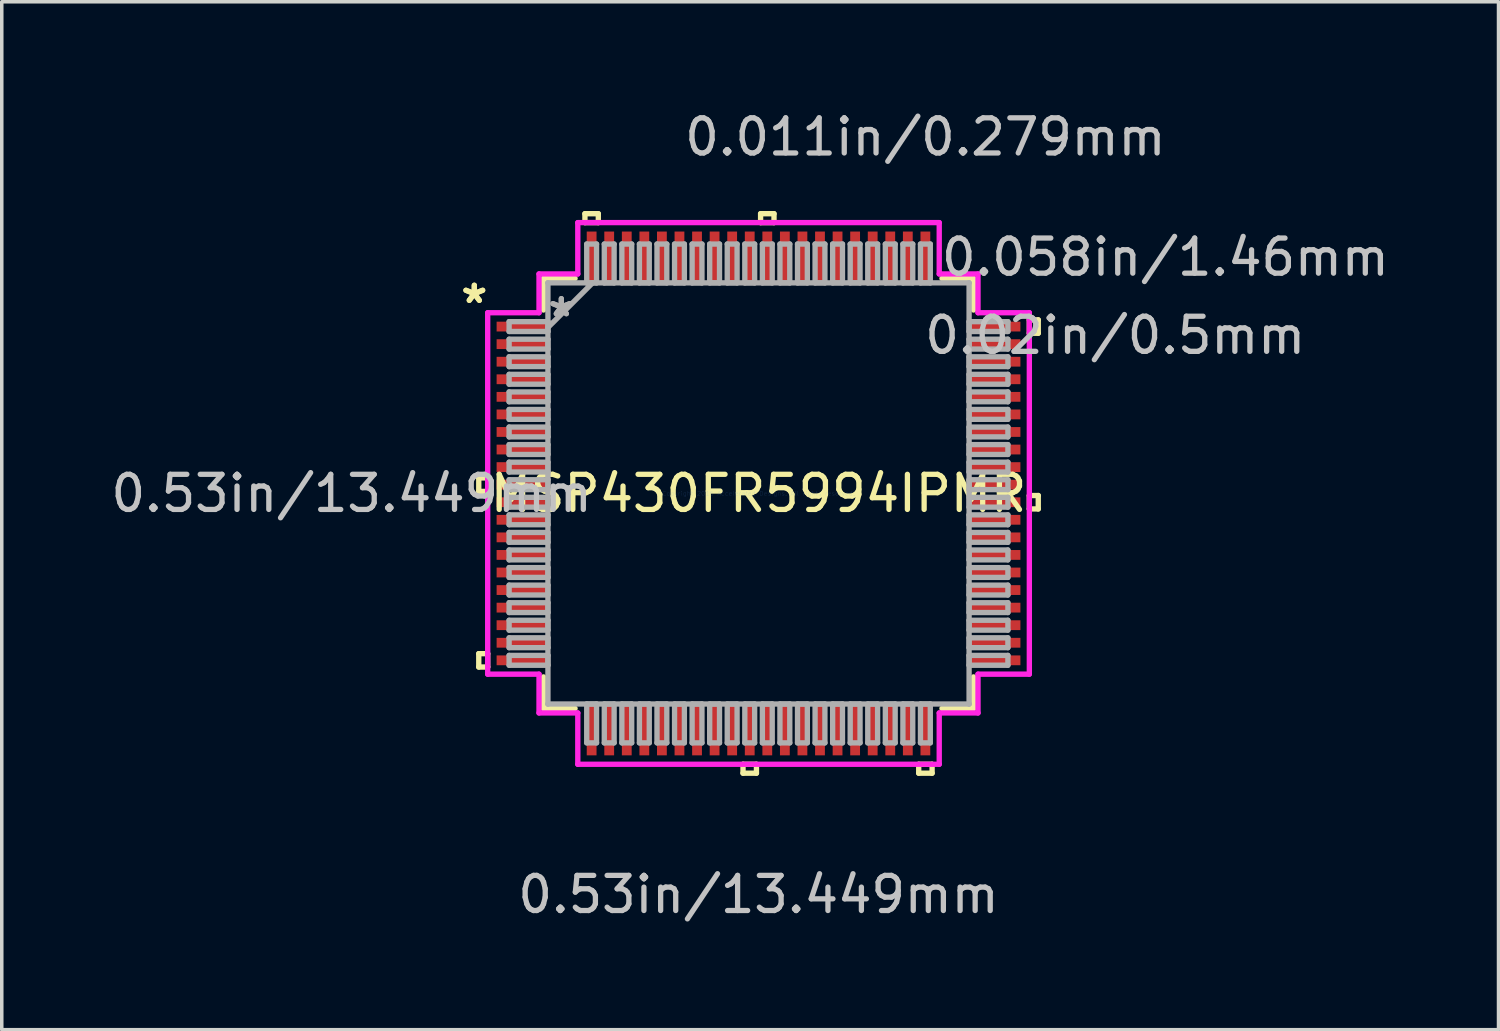
<source format=kicad_pcb>
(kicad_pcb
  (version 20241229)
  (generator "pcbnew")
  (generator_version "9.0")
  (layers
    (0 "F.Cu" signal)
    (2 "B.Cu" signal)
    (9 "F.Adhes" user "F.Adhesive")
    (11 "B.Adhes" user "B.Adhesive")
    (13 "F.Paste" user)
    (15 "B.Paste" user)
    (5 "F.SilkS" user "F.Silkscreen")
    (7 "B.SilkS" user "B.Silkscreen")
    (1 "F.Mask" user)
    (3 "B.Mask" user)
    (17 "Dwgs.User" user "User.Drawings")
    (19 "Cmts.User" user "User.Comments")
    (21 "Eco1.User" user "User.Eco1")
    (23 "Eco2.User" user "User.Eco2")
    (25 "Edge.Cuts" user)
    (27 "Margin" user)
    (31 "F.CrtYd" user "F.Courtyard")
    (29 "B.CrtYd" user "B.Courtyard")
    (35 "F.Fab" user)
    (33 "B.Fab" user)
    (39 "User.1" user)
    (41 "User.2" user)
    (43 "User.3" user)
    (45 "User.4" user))
  (footprint "MSP430FR5994IPMR"
    (layer "F.Cu")
    (at 18.541 10.996)
    (property "Reference" "MSP430FR5994IPMR" (at 0 0 0) (layer "F.SilkS") (effects (font (size 1 1) (thickness 0.15))))
    (attr through_hole)
    (fp_line (start -7.963 -0.441) (end -7.963 -0.059) (stroke (width 0.152) (type solid)) (layer "F.SilkS"))
    (fp_line (start -7.963 -0.059) (end -7.709 -0.059) (stroke (width 0.152) (type solid)) (layer "F.SilkS"))
    (fp_line (start -7.963 4.56) (end -7.963 4.941) (stroke (width 0.152) (type solid)) (layer "F.SilkS"))
    (fp_line (start -7.963 4.941) (end -7.709 4.941) (stroke (width 0.152) (type solid)) (layer "F.SilkS"))
    (fp_line (start -7.709 -0.441) (end -7.963 -0.441) (stroke (width 0.152) (type solid)) (layer "F.SilkS"))
    (fp_line (start -7.709 -0.059) (end -7.709 -0.441) (stroke (width 0.152) (type solid)) (layer "F.SilkS"))
    (fp_line (start -7.709 4.56) (end -7.963 4.56) (stroke (width 0.152) (type solid)) (layer "F.SilkS"))
    (fp_line (start -7.709 4.941) (end -7.709 4.56) (stroke (width 0.152) (type solid)) (layer "F.SilkS"))
    (fp_line (start -6.121 -6.121) (end -6.121 -5.222) (stroke (width 0.152) (type solid)) (layer "F.SilkS"))
    (fp_line (start -6.121 5.222) (end -6.121 6.121) (stroke (width 0.152) (type solid)) (layer "F.SilkS"))
    (fp_line (start -6.121 6.121) (end -5.222 6.121) (stroke (width 0.152) (type solid)) (layer "F.SilkS"))
    (fp_line (start -5.222 -6.121) (end -6.121 -6.121) (stroke (width 0.152) (type solid)) (layer "F.SilkS"))
    (fp_line (start -4.941 -7.963) (end -4.56 -7.963) (stroke (width 0.152) (type solid)) (layer "F.SilkS"))
    (fp_line (start -4.941 -7.709) (end -4.941 -7.963) (stroke (width 0.152) (type solid)) (layer "F.SilkS"))
    (fp_line (start -4.56 -7.963) (end -4.56 -7.709) (stroke (width 0.152) (type solid)) (layer "F.SilkS"))
    (fp_line (start -4.56 -7.709) (end -4.941 -7.709) (stroke (width 0.152) (type solid)) (layer "F.SilkS"))
    (fp_line (start -0.441 7.709) (end -0.441 7.963) (stroke (width 0.152) (type solid)) (layer "F.SilkS"))
    (fp_line (start -0.441 7.963) (end -0.059 7.963) (stroke (width 0.152) (type solid)) (layer "F.SilkS"))
    (fp_line (start -0.059 7.709) (end -0.441 7.709) (stroke (width 0.152) (type solid)) (layer "F.SilkS"))
    (fp_line (start -0.059 7.963) (end -0.059 7.709) (stroke (width 0.152) (type solid)) (layer "F.SilkS"))
    (fp_line (start 0.059 -7.963) (end 0.441 -7.963) (stroke (width 0.152) (type solid)) (layer "F.SilkS"))
    (fp_line (start 0.059 -7.709) (end 0.059 -7.963) (stroke (width 0.152) (type solid)) (layer "F.SilkS"))
    (fp_line (start 0.441 -7.963) (end 0.441 -7.709) (stroke (width 0.152) (type solid)) (layer "F.SilkS"))
    (fp_line (start 0.441 -7.709) (end 0.059 -7.709) (stroke (width 0.152) (type solid)) (layer "F.SilkS"))
    (fp_line (start 4.56 7.709) (end 4.56 7.963) (stroke (width 0.152) (type solid)) (layer "F.SilkS"))
    (fp_line (start 4.56 7.963) (end 4.941 7.963) (stroke (width 0.152) (type solid)) (layer "F.SilkS"))
    (fp_line (start 4.941 7.709) (end 4.56 7.709) (stroke (width 0.152) (type solid)) (layer "F.SilkS"))
    (fp_line (start 4.941 7.963) (end 4.941 7.709) (stroke (width 0.152) (type solid)) (layer "F.SilkS"))
    (fp_line (start 5.222 6.121) (end 6.121 6.121) (stroke (width 0.152) (type solid)) (layer "F.SilkS"))
    (fp_line (start 6.121 -6.121) (end 5.222 -6.121) (stroke (width 0.152) (type solid)) (layer "F.SilkS"))
    (fp_line (start 6.121 -5.222) (end 6.121 -6.121) (stroke (width 0.152) (type solid)) (layer "F.SilkS"))
    (fp_line (start 6.121 6.121) (end 6.121 5.222) (stroke (width 0.152) (type solid)) (layer "F.SilkS"))
    (fp_line (start 7.709 -4.941) (end 7.963 -4.941) (stroke (width 0.152) (type solid)) (layer "F.SilkS"))
    (fp_line (start 7.709 -4.56) (end 7.709 -4.941) (stroke (width 0.152) (type solid)) (layer "F.SilkS"))
    (fp_line (start 7.709 0.059) (end 7.963 0.059) (stroke (width 0.152) (type solid)) (layer "F.SilkS"))
    (fp_line (start 7.709 0.441) (end 7.709 0.059) (stroke (width 0.152) (type solid)) (layer "F.SilkS"))
    (fp_line (start 7.963 -4.941) (end 7.963 -4.56) (stroke (width 0.152) (type solid)) (layer "F.SilkS"))
    (fp_line (start 7.963 -4.56) (end 7.709 -4.56) (stroke (width 0.152) (type solid)) (layer "F.SilkS"))
    (fp_line (start 7.963 0.059) (end 7.963 0.441) (stroke (width 0.152) (type solid)) (layer "F.SilkS"))
    (fp_line (start 7.963 0.441) (end 7.709 0.441) (stroke (width 0.152) (type solid)) (layer "F.SilkS"))
    (fp_line (start -7.709 -5.144) (end -6.248 -5.144) (stroke (width 0.152) (type solid)) (layer "F.CrtYd"))
    (fp_line (start -7.709 5.144) (end -7.709 -5.144) (stroke (width 0.152) (type solid)) (layer "F.CrtYd"))
    (fp_line (start -6.248 -6.248) (end -5.144 -6.248) (stroke (width 0.152) (type solid)) (layer "F.CrtYd"))
    (fp_line (start -6.248 -5.144) (end -6.248 -6.248) (stroke (width 0.152) (type solid)) (layer "F.CrtYd"))
    (fp_line (start -6.248 5.144) (end -7.709 5.144) (stroke (width 0.152) (type solid)) (layer "F.CrtYd"))
    (fp_line (start -6.248 6.248) (end -6.248 5.144) (stroke (width 0.152) (type solid)) (layer "F.CrtYd"))
    (fp_line (start -5.144 -7.709) (end 5.144 -7.709) (stroke (width 0.152) (type solid)) (layer "F.CrtYd"))
    (fp_line (start -5.144 -6.248) (end -5.144 -7.709) (stroke (width 0.152) (type solid)) (layer "F.CrtYd"))
    (fp_line (start -5.144 6.248) (end -6.248 6.248) (stroke (width 0.152) (type solid)) (layer "F.CrtYd"))
    (fp_line (start -5.144 7.709) (end -5.144 6.248) (stroke (width 0.152) (type solid)) (layer "F.CrtYd"))
    (fp_line (start 5.144 -7.709) (end 5.144 -6.248) (stroke (width 0.152) (type solid)) (layer "F.CrtYd"))
    (fp_line (start 5.144 -6.248) (end 6.248 -6.248) (stroke (width 0.152) (type solid)) (layer "F.CrtYd"))
    (fp_line (start 5.144 6.248) (end 5.144 7.709) (stroke (width 0.152) (type solid)) (layer "F.CrtYd"))
    (fp_line (start 5.144 7.709) (end -5.144 7.709) (stroke (width 0.152) (type solid)) (layer "F.CrtYd"))
    (fp_line (start 6.248 -6.248) (end 6.248 -5.144) (stroke (width 0.152) (type solid)) (layer "F.CrtYd"))
    (fp_line (start 6.248 -5.144) (end 7.709 -5.144) (stroke (width 0.152) (type solid)) (layer "F.CrtYd"))
    (fp_line (start 6.248 5.144) (end 6.248 6.248) (stroke (width 0.152) (type solid)) (layer "F.CrtYd"))
    (fp_line (start 6.248 6.248) (end 5.144 6.248) (stroke (width 0.152) (type solid)) (layer "F.CrtYd"))
    (fp_line (start 7.709 -5.144) (end 7.709 5.144) (stroke (width 0.152) (type solid)) (layer "F.CrtYd"))
    (fp_line (start 7.709 5.144) (end 6.248 5.144) (stroke (width 0.152) (type solid)) (layer "F.CrtYd"))
    (fp_line (start -7.099 -4.89) (end -7.099 -4.61) (stroke (width 0.152) (type solid)) (layer "F.Fab"))
    (fp_line (start -7.099 -4.61) (end -5.994 -4.61) (stroke (width 0.152) (type solid)) (layer "F.Fab"))
    (fp_line (start -7.099 -4.39) (end -7.099 -4.11) (stroke (width 0.152) (type solid)) (layer "F.Fab"))
    (fp_line (start -7.099 -4.11) (end -5.994 -4.11) (stroke (width 0.152) (type solid)) (layer "F.Fab"))
    (fp_line (start -7.099 -3.89) (end -7.099 -3.61) (stroke (width 0.152) (type solid)) (layer "F.Fab"))
    (fp_line (start -7.099 -3.61) (end -5.994 -3.61) (stroke (width 0.152) (type solid)) (layer "F.Fab"))
    (fp_line (start -7.099 -3.39) (end -7.099 -3.11) (stroke (width 0.152) (type solid)) (layer "F.Fab"))
    (fp_line (start -7.099 -3.11) (end -5.994 -3.11) (stroke (width 0.152) (type solid)) (layer "F.Fab"))
    (fp_line (start -7.099 -2.89) (end -7.099 -2.61) (stroke (width 0.152) (type solid)) (layer "F.Fab"))
    (fp_line (start -7.099 -2.61) (end -5.994 -2.61) (stroke (width 0.152) (type solid)) (layer "F.Fab"))
    (fp_line (start -7.099 -2.39) (end -7.099 -2.11) (stroke (width 0.152) (type solid)) (layer "F.Fab"))
    (fp_line (start -7.099 -2.11) (end -5.994 -2.11) (stroke (width 0.152) (type solid)) (layer "F.Fab"))
    (fp_line (start -7.099 -1.89) (end -7.099 -1.61) (stroke (width 0.152) (type solid)) (layer "F.Fab"))
    (fp_line (start -7.099 -1.61) (end -5.994 -1.61) (stroke (width 0.152) (type solid)) (layer "F.Fab"))
    (fp_line (start -7.099 -1.39) (end -7.099 -1.11) (stroke (width 0.152) (type solid)) (layer "F.Fab"))
    (fp_line (start -7.099 -1.11) (end -5.994 -1.11) (stroke (width 0.152) (type solid)) (layer "F.Fab"))
    (fp_line (start -7.099 -0.89) (end -7.099 -0.61) (stroke (width 0.152) (type solid)) (layer "F.Fab"))
    (fp_line (start -7.099 -0.61) (end -5.994 -0.61) (stroke (width 0.152) (type solid)) (layer "F.Fab"))
    (fp_line (start -7.099 -0.39) (end -7.099 -0.11) (stroke (width 0.152) (type solid)) (layer "F.Fab"))
    (fp_line (start -7.099 -0.11) (end -5.994 -0.11) (stroke (width 0.152) (type solid)) (layer "F.Fab"))
    (fp_line (start -7.099 0.11) (end -7.099 0.39) (stroke (width 0.152) (type solid)) (layer "F.Fab"))
    (fp_line (start -7.099 0.39) (end -5.994 0.39) (stroke (width 0.152) (type solid)) (layer "F.Fab"))
    (fp_line (start -7.099 0.61) (end -7.099 0.89) (stroke (width 0.152) (type solid)) (layer "F.Fab"))
    (fp_line (start -7.099 0.89) (end -5.994 0.89) (stroke (width 0.152) (type solid)) (layer "F.Fab"))
    (fp_line (start -7.099 1.11) (end -7.099 1.39) (stroke (width 0.152) (type solid)) (layer "F.Fab"))
    (fp_line (start -7.099 1.39) (end -5.994 1.39) (stroke (width 0.152) (type solid)) (layer "F.Fab"))
    (fp_line (start -7.099 1.61) (end -7.099 1.89) (stroke (width 0.152) (type solid)) (layer "F.Fab"))
    (fp_line (start -7.099 1.89) (end -5.994 1.89) (stroke (width 0.152) (type solid)) (layer "F.Fab"))
    (fp_line (start -7.099 2.11) (end -7.099 2.39) (stroke (width 0.152) (type solid)) (layer "F.Fab"))
    (fp_line (start -7.099 2.39) (end -5.994 2.39) (stroke (width 0.152) (type solid)) (layer "F.Fab"))
    (fp_line (start -7.099 2.61) (end -7.099 2.89) (stroke (width 0.152) (type solid)) (layer "F.Fab"))
    (fp_line (start -7.099 2.89) (end -5.994 2.89) (stroke (width 0.152) (type solid)) (layer "F.Fab"))
    (fp_line (start -7.099 3.11) (end -7.099 3.39) (stroke (width 0.152) (type solid)) (layer "F.Fab"))
    (fp_line (start -7.099 3.39) (end -5.994 3.39) (stroke (width 0.152) (type solid)) (layer "F.Fab"))
    (fp_line (start -7.099 3.61) (end -7.099 3.89) (stroke (width 0.152) (type solid)) (layer "F.Fab"))
    (fp_line (start -7.099 3.89) (end -5.994 3.89) (stroke (width 0.152) (type solid)) (layer "F.Fab"))
    (fp_line (start -7.099 4.11) (end -7.099 4.39) (stroke (width 0.152) (type solid)) (layer "F.Fab"))
    (fp_line (start -7.099 4.39) (end -5.994 4.39) (stroke (width 0.152) (type solid)) (layer "F.Fab"))
    (fp_line (start -7.099 4.61) (end -7.099 4.89) (stroke (width 0.152) (type solid)) (layer "F.Fab"))
    (fp_line (start -7.099 4.89) (end -5.994 4.89) (stroke (width 0.152) (type solid)) (layer "F.Fab"))
    (fp_line (start -5.994 -5.994) (end -5.994 -5.994) (stroke (width 0.152) (type solid)) (layer "F.Fab"))
    (fp_line (start -5.994 -5.994) (end -5.994 5.994) (stroke (width 0.152) (type solid)) (layer "F.Fab"))
    (fp_line (start -5.994 -4.89) (end -7.099 -4.89) (stroke (width 0.152) (type solid)) (layer "F.Fab"))
    (fp_line (start -5.994 -4.724) (end -4.724 -5.994) (stroke (width 0.152) (type solid)) (layer "F.Fab"))
    (fp_line (start -5.994 -4.61) (end -5.994 -4.89) (stroke (width 0.152) (type solid)) (layer "F.Fab"))
    (fp_line (start -5.994 -4.39) (end -7.099 -4.39) (stroke (width 0.152) (type solid)) (layer "F.Fab"))
    (fp_line (start -5.994 -4.11) (end -5.994 -4.39) (stroke (width 0.152) (type solid)) (layer "F.Fab"))
    (fp_line (start -5.994 -3.89) (end -7.099 -3.89) (stroke (width 0.152) (type solid)) (layer "F.Fab"))
    (fp_line (start -5.994 -3.61) (end -5.994 -3.89) (stroke (width 0.152) (type solid)) (layer "F.Fab"))
    (fp_line (start -5.994 -3.39) (end -7.099 -3.39) (stroke (width 0.152) (type solid)) (layer "F.Fab"))
    (fp_line (start -5.994 -3.11) (end -5.994 -3.39) (stroke (width 0.152) (type solid)) (layer "F.Fab"))
    (fp_line (start -5.994 -2.89) (end -7.099 -2.89) (stroke (width 0.152) (type solid)) (layer "F.Fab"))
    (fp_line (start -5.994 -2.61) (end -5.994 -2.89) (stroke (width 0.152) (type solid)) (layer "F.Fab"))
    (fp_line (start -5.994 -2.39) (end -7.099 -2.39) (stroke (width 0.152) (type solid)) (layer "F.Fab"))
    (fp_line (start -5.994 -2.11) (end -5.994 -2.39) (stroke (width 0.152) (type solid)) (layer "F.Fab"))
    (fp_line (start -5.994 -1.89) (end -7.099 -1.89) (stroke (width 0.152) (type solid)) (layer "F.Fab"))
    (fp_line (start -5.994 -1.61) (end -5.994 -1.89) (stroke (width 0.152) (type solid)) (layer "F.Fab"))
    (fp_line (start -5.994 -1.39) (end -7.099 -1.39) (stroke (width 0.152) (type solid)) (layer "F.Fab"))
    (fp_line (start -5.994 -1.11) (end -5.994 -1.39) (stroke (width 0.152) (type solid)) (layer "F.Fab"))
    (fp_line (start -5.994 -0.89) (end -7.099 -0.89) (stroke (width 0.152) (type solid)) (layer "F.Fab"))
    (fp_line (start -5.994 -0.61) (end -5.994 -0.89) (stroke (width 0.152) (type solid)) (layer "F.Fab"))
    (fp_line (start -5.994 -0.39) (end -7.099 -0.39) (stroke (width 0.152) (type solid)) (layer "F.Fab"))
    (fp_line (start -5.994 -0.11) (end -5.994 -0.39) (stroke (width 0.152) (type solid)) (layer "F.Fab"))
    (fp_line (start -5.994 0.11) (end -7.099 0.11) (stroke (width 0.152) (type solid)) (layer "F.Fab"))
    (fp_line (start -5.994 0.39) (end -5.994 0.11) (stroke (width 0.152) (type solid)) (layer "F.Fab"))
    (fp_line (start -5.994 0.61) (end -7.099 0.61) (stroke (width 0.152) (type solid)) (layer "F.Fab"))
    (fp_line (start -5.994 0.89) (end -5.994 0.61) (stroke (width 0.152) (type solid)) (layer "F.Fab"))
    (fp_line (start -5.994 1.11) (end -7.099 1.11) (stroke (width 0.152) (type solid)) (layer "F.Fab"))
    (fp_line (start -5.994 1.39) (end -5.994 1.11) (stroke (width 0.152) (type solid)) (layer "F.Fab"))
    (fp_line (start -5.994 1.61) (end -7.099 1.61) (stroke (width 0.152) (type solid)) (layer "F.Fab"))
    (fp_line (start -5.994 1.89) (end -5.994 1.61) (stroke (width 0.152) (type solid)) (layer "F.Fab"))
    (fp_line (start -5.994 2.11) (end -7.099 2.11) (stroke (width 0.152) (type solid)) (layer "F.Fab"))
    (fp_line (start -5.994 2.39) (end -5.994 2.11) (stroke (width 0.152) (type solid)) (layer "F.Fab"))
    (fp_line (start -5.994 2.61) (end -7.099 2.61) (stroke (width 0.152) (type solid)) (layer "F.Fab"))
    (fp_line (start -5.994 2.89) (end -5.994 2.61) (stroke (width 0.152) (type solid)) (layer "F.Fab"))
    (fp_line (start -5.994 3.11) (end -7.099 3.11) (stroke (width 0.152) (type solid)) (layer "F.Fab"))
    (fp_line (start -5.994 3.39) (end -5.994 3.11) (stroke (width 0.152) (type solid)) (layer "F.Fab"))
    (fp_line (start -5.994 3.61) (end -7.099 3.61) (stroke (width 0.152) (type solid)) (layer "F.Fab"))
    (fp_line (start -5.994 3.89) (end -5.994 3.61) (stroke (width 0.152) (type solid)) (layer "F.Fab"))
    (fp_line (start -5.994 4.11) (end -7.099 4.11) (stroke (width 0.152) (type solid)) (layer "F.Fab"))
    (fp_line (start -5.994 4.39) (end -5.994 4.11) (stroke (width 0.152) (type solid)) (layer "F.Fab"))
    (fp_line (start -5.994 4.61) (end -7.099 4.61) (stroke (width 0.152) (type solid)) (layer "F.Fab"))
    (fp_line (start -5.994 4.89) (end -5.994 4.61) (stroke (width 0.152) (type solid)) (layer "F.Fab"))
    (fp_line (start -5.994 5.994) (end -5.994 5.994) (stroke (width 0.152) (type solid)) (layer "F.Fab"))
    (fp_line (start -5.994 5.994) (end 5.994 5.994) (stroke (width 0.152) (type solid)) (layer "F.Fab"))
    (fp_line (start -4.89 -7.099) (end -4.89 -5.994) (stroke (width 0.152) (type solid)) (layer "F.Fab"))
    (fp_line (start -4.89 -5.994) (end -4.61 -5.994) (stroke (width 0.152) (type solid)) (layer "F.Fab"))
    (fp_line (start -4.89 5.994) (end -4.89 7.099) (stroke (width 0.152) (type solid)) (layer "F.Fab"))
    (fp_line (start -4.89 7.099) (end -4.61 7.099) (stroke (width 0.152) (type solid)) (layer "F.Fab"))
    (fp_line (start -4.61 -7.099) (end -4.89 -7.099) (stroke (width 0.152) (type solid)) (layer "F.Fab"))
    (fp_line (start -4.61 -5.994) (end -4.61 -7.099) (stroke (width 0.152) (type solid)) (layer "F.Fab"))
    (fp_line (start -4.61 5.994) (end -4.89 5.994) (stroke (width 0.152) (type solid)) (layer "F.Fab"))
    (fp_line (start -4.61 7.099) (end -4.61 5.994) (stroke (width 0.152) (type solid)) (layer "F.Fab"))
    (fp_line (start -4.39 -7.099) (end -4.39 -5.994) (stroke (width 0.152) (type solid)) (layer "F.Fab"))
    (fp_line (start -4.39 -5.994) (end -4.11 -5.994) (stroke (width 0.152) (type solid)) (layer "F.Fab"))
    (fp_line (start -4.39 5.994) (end -4.39 7.099) (stroke (width 0.152) (type solid)) (layer "F.Fab"))
    (fp_line (start -4.39 7.099) (end -4.11 7.099) (stroke (width 0.152) (type solid)) (layer "F.Fab"))
    (fp_line (start -4.11 -7.099) (end -4.39 -7.099) (stroke (width 0.152) (type solid)) (layer "F.Fab"))
    (fp_line (start -4.11 -5.994) (end -4.11 -7.099) (stroke (width 0.152) (type solid)) (layer "F.Fab"))
    (fp_line (start -4.11 5.994) (end -4.39 5.994) (stroke (width 0.152) (type solid)) (layer "F.Fab"))
    (fp_line (start -4.11 7.099) (end -4.11 5.994) (stroke (width 0.152) (type solid)) (layer "F.Fab"))
    (fp_line (start -3.89 -7.099) (end -3.89 -5.994) (stroke (width 0.152) (type solid)) (layer "F.Fab"))
    (fp_line (start -3.89 -5.994) (end -3.61 -5.994) (stroke (width 0.152) (type solid)) (layer "F.Fab"))
    (fp_line (start -3.89 5.994) (end -3.89 7.099) (stroke (width 0.152) (type solid)) (layer "F.Fab"))
    (fp_line (start -3.89 7.099) (end -3.61 7.099) (stroke (width 0.152) (type solid)) (layer "F.Fab"))
    (fp_line (start -3.61 -7.099) (end -3.89 -7.099) (stroke (width 0.152) (type solid)) (layer "F.Fab"))
    (fp_line (start -3.61 -5.994) (end -3.61 -7.099) (stroke (width 0.152) (type solid)) (layer "F.Fab"))
    (fp_line (start -3.61 5.994) (end -3.89 5.994) (stroke (width 0.152) (type solid)) (layer "F.Fab"))
    (fp_line (start -3.61 7.099) (end -3.61 5.994) (stroke (width 0.152) (type solid)) (layer "F.Fab"))
    (fp_line (start -3.39 -7.099) (end -3.39 -5.994) (stroke (width 0.152) (type solid)) (layer "F.Fab"))
    (fp_line (start -3.39 -5.994) (end -3.11 -5.994) (stroke (width 0.152) (type solid)) (layer "F.Fab"))
    (fp_line (start -3.39 5.994) (end -3.39 7.099) (stroke (width 0.152) (type solid)) (layer "F.Fab"))
    (fp_line (start -3.39 7.099) (end -3.11 7.099) (stroke (width 0.152) (type solid)) (layer "F.Fab"))
    (fp_line (start -3.11 -7.099) (end -3.39 -7.099) (stroke (width 0.152) (type solid)) (layer "F.Fab"))
    (fp_line (start -3.11 -5.994) (end -3.11 -7.099) (stroke (width 0.152) (type solid)) (layer "F.Fab"))
    (fp_line (start -3.11 5.994) (end -3.39 5.994) (stroke (width 0.152) (type solid)) (layer "F.Fab"))
    (fp_line (start -3.11 7.099) (end -3.11 5.994) (stroke (width 0.152) (type solid)) (layer "F.Fab"))
    (fp_line (start -2.89 -7.099) (end -2.89 -5.994) (stroke (width 0.152) (type solid)) (layer "F.Fab"))
    (fp_line (start -2.89 -5.994) (end -2.61 -5.994) (stroke (width 0.152) (type solid)) (layer "F.Fab"))
    (fp_line (start -2.89 5.994) (end -2.89 7.099) (stroke (width 0.152) (type solid)) (layer "F.Fab"))
    (fp_line (start -2.89 7.099) (end -2.61 7.099) (stroke (width 0.152) (type solid)) (layer "F.Fab"))
    (fp_line (start -2.61 -7.099) (end -2.89 -7.099) (stroke (width 0.152) (type solid)) (layer "F.Fab"))
    (fp_line (start -2.61 -5.994) (end -2.61 -7.099) (stroke (width 0.152) (type solid)) (layer "F.Fab"))
    (fp_line (start -2.61 5.994) (end -2.89 5.994) (stroke (width 0.152) (type solid)) (layer "F.Fab"))
    (fp_line (start -2.61 7.099) (end -2.61 5.994) (stroke (width 0.152) (type solid)) (layer "F.Fab"))
    (fp_line (start -2.39 -7.099) (end -2.39 -5.994) (stroke (width 0.152) (type solid)) (layer "F.Fab"))
    (fp_line (start -2.39 -5.994) (end -2.11 -5.994) (stroke (width 0.152) (type solid)) (layer "F.Fab"))
    (fp_line (start -2.39 5.994) (end -2.39 7.099) (stroke (width 0.152) (type solid)) (layer "F.Fab"))
    (fp_line (start -2.39 7.099) (end -2.11 7.099) (stroke (width 0.152) (type solid)) (layer "F.Fab"))
    (fp_line (start -2.11 -7.099) (end -2.39 -7.099) (stroke (width 0.152) (type solid)) (layer "F.Fab"))
    (fp_line (start -2.11 -5.994) (end -2.11 -7.099) (stroke (width 0.152) (type solid)) (layer "F.Fab"))
    (fp_line (start -2.11 5.994) (end -2.39 5.994) (stroke (width 0.152) (type solid)) (layer "F.Fab"))
    (fp_line (start -2.11 7.099) (end -2.11 5.994) (stroke (width 0.152) (type solid)) (layer "F.Fab"))
    (fp_line (start -1.89 -7.099) (end -1.89 -5.994) (stroke (width 0.152) (type solid)) (layer "F.Fab"))
    (fp_line (start -1.89 -5.994) (end -1.61 -5.994) (stroke (width 0.152) (type solid)) (layer "F.Fab"))
    (fp_line (start -1.89 5.994) (end -1.89 7.099) (stroke (width 0.152) (type solid)) (layer "F.Fab"))
    (fp_line (start -1.89 7.099) (end -1.61 7.099) (stroke (width 0.152) (type solid)) (layer "F.Fab"))
    (fp_line (start -1.61 -7.099) (end -1.89 -7.099) (stroke (width 0.152) (type solid)) (layer "F.Fab"))
    (fp_line (start -1.61 -5.994) (end -1.61 -7.099) (stroke (width 0.152) (type solid)) (layer "F.Fab"))
    (fp_line (start -1.61 5.994) (end -1.89 5.994) (stroke (width 0.152) (type solid)) (layer "F.Fab"))
    (fp_line (start -1.61 7.099) (end -1.61 5.994) (stroke (width 0.152) (type solid)) (layer "F.Fab"))
    (fp_line (start -1.39 -7.099) (end -1.39 -5.994) (stroke (width 0.152) (type solid)) (layer "F.Fab"))
    (fp_line (start -1.39 -5.994) (end -1.11 -5.994) (stroke (width 0.152) (type solid)) (layer "F.Fab"))
    (fp_line (start -1.39 5.994) (end -1.39 7.099) (stroke (width 0.152) (type solid)) (layer "F.Fab"))
    (fp_line (start -1.39 7.099) (end -1.11 7.099) (stroke (width 0.152) (type solid)) (layer "F.Fab"))
    (fp_line (start -1.11 -7.099) (end -1.39 -7.099) (stroke (width 0.152) (type solid)) (layer "F.Fab"))
    (fp_line (start -1.11 -5.994) (end -1.11 -7.099) (stroke (width 0.152) (type solid)) (layer "F.Fab"))
    (fp_line (start -1.11 5.994) (end -1.39 5.994) (stroke (width 0.152) (type solid)) (layer "F.Fab"))
    (fp_line (start -1.11 7.099) (end -1.11 5.994) (stroke (width 0.152) (type solid)) (layer "F.Fab"))
    (fp_line (start -0.89 -7.099) (end -0.89 -5.994) (stroke (width 0.152) (type solid)) (layer "F.Fab"))
    (fp_line (start -0.89 -5.994) (end -0.61 -5.994) (stroke (width 0.152) (type solid)) (layer "F.Fab"))
    (fp_line (start -0.89 5.994) (end -0.89 7.099) (stroke (width 0.152) (type solid)) (layer "F.Fab"))
    (fp_line (start -0.89 7.099) (end -0.61 7.099) (stroke (width 0.152) (type solid)) (layer "F.Fab"))
    (fp_line (start -0.61 -7.099) (end -0.89 -7.099) (stroke (width 0.152) (type solid)) (layer "F.Fab"))
    (fp_line (start -0.61 -5.994) (end -0.61 -7.099) (stroke (width 0.152) (type solid)) (layer "F.Fab"))
    (fp_line (start -0.61 5.994) (end -0.89 5.994) (stroke (width 0.152) (type solid)) (layer "F.Fab"))
    (fp_line (start -0.61 7.099) (end -0.61 5.994) (stroke (width 0.152) (type solid)) (layer "F.Fab"))
    (fp_line (start -0.39 -7.099) (end -0.39 -5.994) (stroke (width 0.152) (type solid)) (layer "F.Fab"))
    (fp_line (start -0.39 -5.994) (end -0.11 -5.994) (stroke (width 0.152) (type solid)) (layer "F.Fab"))
    (fp_line (start -0.39 5.994) (end -0.39 7.099) (stroke (width 0.152) (type solid)) (layer "F.Fab"))
    (fp_line (start -0.39 7.099) (end -0.11 7.099) (stroke (width 0.152) (type solid)) (layer "F.Fab"))
    (fp_line (start -0.11 -7.099) (end -0.39 -7.099) (stroke (width 0.152) (type solid)) (layer "F.Fab"))
    (fp_line (start -0.11 -5.994) (end -0.11 -7.099) (stroke (width 0.152) (type solid)) (layer "F.Fab"))
    (fp_line (start -0.11 5.994) (end -0.39 5.994) (stroke (width 0.152) (type solid)) (layer "F.Fab"))
    (fp_line (start -0.11 7.099) (end -0.11 5.994) (stroke (width 0.152) (type solid)) (layer "F.Fab"))
    (fp_line (start 0.11 -7.099) (end 0.11 -5.994) (stroke (width 0.152) (type solid)) (layer "F.Fab"))
    (fp_line (start 0.11 -5.994) (end 0.39 -5.994) (stroke (width 0.152) (type solid)) (layer "F.Fab"))
    (fp_line (start 0.11 5.994) (end 0.11 7.099) (stroke (width 0.152) (type solid)) (layer "F.Fab"))
    (fp_line (start 0.11 7.099) (end 0.39 7.099) (stroke (width 0.152) (type solid)) (layer "F.Fab"))
    (fp_line (start 0.39 -7.099) (end 0.11 -7.099) (stroke (width 0.152) (type solid)) (layer "F.Fab"))
    (fp_line (start 0.39 -5.994) (end 0.39 -7.099) (stroke (width 0.152) (type solid)) (layer "F.Fab"))
    (fp_line (start 0.39 5.994) (end 0.11 5.994) (stroke (width 0.152) (type solid)) (layer "F.Fab"))
    (fp_line (start 0.39 7.099) (end 0.39 5.994) (stroke (width 0.152) (type solid)) (layer "F.Fab"))
    (fp_line (start 0.61 -7.099) (end 0.61 -5.994) (stroke (width 0.152) (type solid)) (layer "F.Fab"))
    (fp_line (start 0.61 -5.994) (end 0.89 -5.994) (stroke (width 0.152) (type solid)) (layer "F.Fab"))
    (fp_line (start 0.61 5.994) (end 0.61 7.099) (stroke (width 0.152) (type solid)) (layer "F.Fab"))
    (fp_line (start 0.61 7.099) (end 0.89 7.099) (stroke (width 0.152) (type solid)) (layer "F.Fab"))
    (fp_line (start 0.89 -7.099) (end 0.61 -7.099) (stroke (width 0.152) (type solid)) (layer "F.Fab"))
    (fp_line (start 0.89 -5.994) (end 0.89 -7.099) (stroke (width 0.152) (type solid)) (layer "F.Fab"))
    (fp_line (start 0.89 5.994) (end 0.61 5.994) (stroke (width 0.152) (type solid)) (layer "F.Fab"))
    (fp_line (start 0.89 7.099) (end 0.89 5.994) (stroke (width 0.152) (type solid)) (layer "F.Fab"))
    (fp_line (start 1.11 -7.099) (end 1.11 -5.994) (stroke (width 0.152) (type solid)) (layer "F.Fab"))
    (fp_line (start 1.11 -5.994) (end 1.39 -5.994) (stroke (width 0.152) (type solid)) (layer "F.Fab"))
    (fp_line (start 1.11 5.994) (end 1.11 7.099) (stroke (width 0.152) (type solid)) (layer "F.Fab"))
    (fp_line (start 1.11 7.099) (end 1.39 7.099) (stroke (width 0.152) (type solid)) (layer "F.Fab"))
    (fp_line (start 1.39 -7.099) (end 1.11 -7.099) (stroke (width 0.152) (type solid)) (layer "F.Fab"))
    (fp_line (start 1.39 -5.994) (end 1.39 -7.099) (stroke (width 0.152) (type solid)) (layer "F.Fab"))
    (fp_line (start 1.39 5.994) (end 1.11 5.994) (stroke (width 0.152) (type solid)) (layer "F.Fab"))
    (fp_line (start 1.39 7.099) (end 1.39 5.994) (stroke (width 0.152) (type solid)) (layer "F.Fab"))
    (fp_line (start 1.61 -7.099) (end 1.61 -5.994) (stroke (width 0.152) (type solid)) (layer "F.Fab"))
    (fp_line (start 1.61 -5.994) (end 1.89 -5.994) (stroke (width 0.152) (type solid)) (layer "F.Fab"))
    (fp_line (start 1.61 5.994) (end 1.61 7.099) (stroke (width 0.152) (type solid)) (layer "F.Fab"))
    (fp_line (start 1.61 7.099) (end 1.89 7.099) (stroke (width 0.152) (type solid)) (layer "F.Fab"))
    (fp_line (start 1.89 -7.099) (end 1.61 -7.099) (stroke (width 0.152) (type solid)) (layer "F.Fab"))
    (fp_line (start 1.89 -5.994) (end 1.89 -7.099) (stroke (width 0.152) (type solid)) (layer "F.Fab"))
    (fp_line (start 1.89 5.994) (end 1.61 5.994) (stroke (width 0.152) (type solid)) (layer "F.Fab"))
    (fp_line (start 1.89 7.099) (end 1.89 5.994) (stroke (width 0.152) (type solid)) (layer "F.Fab"))
    (fp_line (start 2.11 -7.099) (end 2.11 -5.994) (stroke (width 0.152) (type solid)) (layer "F.Fab"))
    (fp_line (start 2.11 -5.994) (end 2.39 -5.994) (stroke (width 0.152) (type solid)) (layer "F.Fab"))
    (fp_line (start 2.11 5.994) (end 2.11 7.099) (stroke (width 0.152) (type solid)) (layer "F.Fab"))
    (fp_line (start 2.11 7.099) (end 2.39 7.099) (stroke (width 0.152) (type solid)) (layer "F.Fab"))
    (fp_line (start 2.39 -7.099) (end 2.11 -7.099) (stroke (width 0.152) (type solid)) (layer "F.Fab"))
    (fp_line (start 2.39 -5.994) (end 2.39 -7.099) (stroke (width 0.152) (type solid)) (layer "F.Fab"))
    (fp_line (start 2.39 5.994) (end 2.11 5.994) (stroke (width 0.152) (type solid)) (layer "F.Fab"))
    (fp_line (start 2.39 7.099) (end 2.39 5.994) (stroke (width 0.152) (type solid)) (layer "F.Fab"))
    (fp_line (start 2.61 -7.099) (end 2.61 -5.994) (stroke (width 0.152) (type solid)) (layer "F.Fab"))
    (fp_line (start 2.61 -5.994) (end 2.89 -5.994) (stroke (width 0.152) (type solid)) (layer "F.Fab"))
    (fp_line (start 2.61 5.994) (end 2.61 7.099) (stroke (width 0.152) (type solid)) (layer "F.Fab"))
    (fp_line (start 2.61 7.099) (end 2.89 7.099) (stroke (width 0.152) (type solid)) (layer "F.Fab"))
    (fp_line (start 2.89 -7.099) (end 2.61 -7.099) (stroke (width 0.152) (type solid)) (layer "F.Fab"))
    (fp_line (start 2.89 -5.994) (end 2.89 -7.099) (stroke (width 0.152) (type solid)) (layer "F.Fab"))
    (fp_line (start 2.89 5.994) (end 2.61 5.994) (stroke (width 0.152) (type solid)) (layer "F.Fab"))
    (fp_line (start 2.89 7.099) (end 2.89 5.994) (stroke (width 0.152) (type solid)) (layer "F.Fab"))
    (fp_line (start 3.11 -7.099) (end 3.11 -5.994) (stroke (width 0.152) (type solid)) (layer "F.Fab"))
    (fp_line (start 3.11 -5.994) (end 3.39 -5.994) (stroke (width 0.152) (type solid)) (layer "F.Fab"))
    (fp_line (start 3.11 5.994) (end 3.11 7.099) (stroke (width 0.152) (type solid)) (layer "F.Fab"))
    (fp_line (start 3.11 7.099) (end 3.39 7.099) (stroke (width 0.152) (type solid)) (layer "F.Fab"))
    (fp_line (start 3.39 -7.099) (end 3.11 -7.099) (stroke (width 0.152) (type solid)) (layer "F.Fab"))
    (fp_line (start 3.39 -5.994) (end 3.39 -7.099) (stroke (width 0.152) (type solid)) (layer "F.Fab"))
    (fp_line (start 3.39 5.994) (end 3.11 5.994) (stroke (width 0.152) (type solid)) (layer "F.Fab"))
    (fp_line (start 3.39 7.099) (end 3.39 5.994) (stroke (width 0.152) (type solid)) (layer "F.Fab"))
    (fp_line (start 3.61 -7.099) (end 3.61 -5.994) (stroke (width 0.152) (type solid)) (layer "F.Fab"))
    (fp_line (start 3.61 -5.994) (end 3.89 -5.994) (stroke (width 0.152) (type solid)) (layer "F.Fab"))
    (fp_line (start 3.61 5.994) (end 3.61 7.099) (stroke (width 0.152) (type solid)) (layer "F.Fab"))
    (fp_line (start 3.61 7.099) (end 3.89 7.099) (stroke (width 0.152) (type solid)) (layer "F.Fab"))
    (fp_line (start 3.89 -7.099) (end 3.61 -7.099) (stroke (width 0.152) (type solid)) (layer "F.Fab"))
    (fp_line (start 3.89 -5.994) (end 3.89 -7.099) (stroke (width 0.152) (type solid)) (layer "F.Fab"))
    (fp_line (start 3.89 5.994) (end 3.61 5.994) (stroke (width 0.152) (type solid)) (layer "F.Fab"))
    (fp_line (start 3.89 7.099) (end 3.89 5.994) (stroke (width 0.152) (type solid)) (layer "F.Fab"))
    (fp_line (start 4.11 -7.099) (end 4.11 -5.994) (stroke (width 0.152) (type solid)) (layer "F.Fab"))
    (fp_line (start 4.11 -5.994) (end 4.39 -5.994) (stroke (width 0.152) (type solid)) (layer "F.Fab"))
    (fp_line (start 4.11 5.994) (end 4.11 7.099) (stroke (width 0.152) (type solid)) (layer "F.Fab"))
    (fp_line (start 4.11 7.099) (end 4.39 7.099) (stroke (width 0.152) (type solid)) (layer "F.Fab"))
    (fp_line (start 4.39 -7.099) (end 4.11 -7.099) (stroke (width 0.152) (type solid)) (layer "F.Fab"))
    (fp_line (start 4.39 -5.994) (end 4.39 -7.099) (stroke (width 0.152) (type solid)) (layer "F.Fab"))
    (fp_line (start 4.39 5.994) (end 4.11 5.994) (stroke (width 0.152) (type solid)) (layer "F.Fab"))
    (fp_line (start 4.39 7.099) (end 4.39 5.994) (stroke (width 0.152) (type solid)) (layer "F.Fab"))
    (fp_line (start 4.61 -7.099) (end 4.61 -5.994) (stroke (width 0.152) (type solid)) (layer "F.Fab"))
    (fp_line (start 4.61 -5.994) (end 4.89 -5.994) (stroke (width 0.152) (type solid)) (layer "F.Fab"))
    (fp_line (start 4.61 5.994) (end 4.61 7.099) (stroke (width 0.152) (type solid)) (layer "F.Fab"))
    (fp_line (start 4.61 7.099) (end 4.89 7.099) (stroke (width 0.152) (type solid)) (layer "F.Fab"))
    (fp_line (start 4.89 -7.099) (end 4.61 -7.099) (stroke (width 0.152) (type solid)) (layer "F.Fab"))
    (fp_line (start 4.89 -5.994) (end 4.89 -7.099) (stroke (width 0.152) (type solid)) (layer "F.Fab"))
    (fp_line (start 4.89 5.994) (end 4.61 5.994) (stroke (width 0.152) (type solid)) (layer "F.Fab"))
    (fp_line (start 4.89 7.099) (end 4.89 5.994) (stroke (width 0.152) (type solid)) (layer "F.Fab"))
    (fp_line (start 5.994 -5.994) (end -5.994 -5.994) (stroke (width 0.152) (type solid)) (layer "F.Fab"))
    (fp_line (start 5.994 -5.994) (end 5.994 -5.994) (stroke (width 0.152) (type solid)) (layer "F.Fab"))
    (fp_line (start 5.994 -4.89) (end 5.994 -4.61) (stroke (width 0.152) (type solid)) (layer "F.Fab"))
    (fp_line (start 5.994 -4.61) (end 7.099 -4.61) (stroke (width 0.152) (type solid)) (layer "F.Fab"))
    (fp_line (start 5.994 -4.39) (end 5.994 -4.11) (stroke (width 0.152) (type solid)) (layer "F.Fab"))
    (fp_line (start 5.994 -4.11) (end 7.099 -4.11) (stroke (width 0.152) (type solid)) (layer "F.Fab"))
    (fp_line (start 5.994 -3.89) (end 5.994 -3.61) (stroke (width 0.152) (type solid)) (layer "F.Fab"))
    (fp_line (start 5.994 -3.61) (end 7.099 -3.61) (stroke (width 0.152) (type solid)) (layer "F.Fab"))
    (fp_line (start 5.994 -3.39) (end 5.994 -3.11) (stroke (width 0.152) (type solid)) (layer "F.Fab"))
    (fp_line (start 5.994 -3.11) (end 7.099 -3.11) (stroke (width 0.152) (type solid)) (layer "F.Fab"))
    (fp_line (start 5.994 -2.89) (end 5.994 -2.61) (stroke (width 0.152) (type solid)) (layer "F.Fab"))
    (fp_line (start 5.994 -2.61) (end 7.099 -2.61) (stroke (width 0.152) (type solid)) (layer "F.Fab"))
    (fp_line (start 5.994 -2.39) (end 5.994 -2.11) (stroke (width 0.152) (type solid)) (layer "F.Fab"))
    (fp_line (start 5.994 -2.11) (end 7.099 -2.11) (stroke (width 0.152) (type solid)) (layer "F.Fab"))
    (fp_line (start 5.994 -1.89) (end 5.994 -1.61) (stroke (width 0.152) (type solid)) (layer "F.Fab"))
    (fp_line (start 5.994 -1.61) (end 7.099 -1.61) (stroke (width 0.152) (type solid)) (layer "F.Fab"))
    (fp_line (start 5.994 -1.39) (end 5.994 -1.11) (stroke (width 0.152) (type solid)) (layer "F.Fab"))
    (fp_line (start 5.994 -1.11) (end 7.099 -1.11) (stroke (width 0.152) (type solid)) (layer "F.Fab"))
    (fp_line (start 5.994 -0.89) (end 5.994 -0.61) (stroke (width 0.152) (type solid)) (layer "F.Fab"))
    (fp_line (start 5.994 -0.61) (end 7.099 -0.61) (stroke (width 0.152) (type solid)) (layer "F.Fab"))
    (fp_line (start 5.994 -0.39) (end 5.994 -0.11) (stroke (width 0.152) (type solid)) (layer "F.Fab"))
    (fp_line (start 5.994 -0.11) (end 7.099 -0.11) (stroke (width 0.152) (type solid)) (layer "F.Fab"))
    (fp_line (start 5.994 0.11) (end 5.994 0.39) (stroke (width 0.152) (type solid)) (layer "F.Fab"))
    (fp_line (start 5.994 0.39) (end 7.099 0.39) (stroke (width 0.152) (type solid)) (layer "F.Fab"))
    (fp_line (start 5.994 0.61) (end 5.994 0.89) (stroke (width 0.152) (type solid)) (layer "F.Fab"))
    (fp_line (start 5.994 0.89) (end 7.099 0.89) (stroke (width 0.152) (type solid)) (layer "F.Fab"))
    (fp_line (start 5.994 1.11) (end 5.994 1.39) (stroke (width 0.152) (type solid)) (layer "F.Fab"))
    (fp_line (start 5.994 1.39) (end 7.099 1.39) (stroke (width 0.152) (type solid)) (layer "F.Fab"))
    (fp_line (start 5.994 1.61) (end 5.994 1.89) (stroke (width 0.152) (type solid)) (layer "F.Fab"))
    (fp_line (start 5.994 1.89) (end 7.099 1.89) (stroke (width 0.152) (type solid)) (layer "F.Fab"))
    (fp_line (start 5.994 2.11) (end 5.994 2.39) (stroke (width 0.152) (type solid)) (layer "F.Fab"))
    (fp_line (start 5.994 2.39) (end 7.099 2.39) (stroke (width 0.152) (type solid)) (layer "F.Fab"))
    (fp_line (start 5.994 2.61) (end 5.994 2.89) (stroke (width 0.152) (type solid)) (layer "F.Fab"))
    (fp_line (start 5.994 2.89) (end 7.099 2.89) (stroke (width 0.152) (type solid)) (layer "F.Fab"))
    (fp_line (start 5.994 3.11) (end 5.994 3.39) (stroke (width 0.152) (type solid)) (layer "F.Fab"))
    (fp_line (start 5.994 3.39) (end 7.099 3.39) (stroke (width 0.152) (type solid)) (layer "F.Fab"))
    (fp_line (start 5.994 3.61) (end 5.994 3.89) (stroke (width 0.152) (type solid)) (layer "F.Fab"))
    (fp_line (start 5.994 3.89) (end 7.099 3.89) (stroke (width 0.152) (type solid)) (layer "F.Fab"))
    (fp_line (start 5.994 4.11) (end 5.994 4.39) (stroke (width 0.152) (type solid)) (layer "F.Fab"))
    (fp_line (start 5.994 4.39) (end 7.099 4.39) (stroke (width 0.152) (type solid)) (layer "F.Fab"))
    (fp_line (start 5.994 4.61) (end 5.994 4.89) (stroke (width 0.152) (type solid)) (layer "F.Fab"))
    (fp_line (start 5.994 4.89) (end 7.099 4.89) (stroke (width 0.152) (type solid)) (layer "F.Fab"))
    (fp_line (start 5.994 5.994) (end 5.994 -5.994) (stroke (width 0.152) (type solid)) (layer "F.Fab"))
    (fp_line (start 5.994 5.994) (end 5.994 5.994) (stroke (width 0.152) (type solid)) (layer "F.Fab"))
    (fp_line (start 7.099 -4.89) (end 5.994 -4.89) (stroke (width 0.152) (type solid)) (layer "F.Fab"))
    (fp_line (start 7.099 -4.61) (end 7.099 -4.89) (stroke (width 0.152) (type solid)) (layer "F.Fab"))
    (fp_line (start 7.099 -4.39) (end 5.994 -4.39) (stroke (width 0.152) (type solid)) (layer "F.Fab"))
    (fp_line (start 7.099 -4.11) (end 7.099 -4.39) (stroke (width 0.152) (type solid)) (layer "F.Fab"))
    (fp_line (start 7.099 -3.89) (end 5.994 -3.89) (stroke (width 0.152) (type solid)) (layer "F.Fab"))
    (fp_line (start 7.099 -3.61) (end 7.099 -3.89) (stroke (width 0.152) (type solid)) (layer "F.Fab"))
    (fp_line (start 7.099 -3.39) (end 5.994 -3.39) (stroke (width 0.152) (type solid)) (layer "F.Fab"))
    (fp_line (start 7.099 -3.11) (end 7.099 -3.39) (stroke (width 0.152) (type solid)) (layer "F.Fab"))
    (fp_line (start 7.099 -2.89) (end 5.994 -2.89) (stroke (width 0.152) (type solid)) (layer "F.Fab"))
    (fp_line (start 7.099 -2.61) (end 7.099 -2.89) (stroke (width 0.152) (type solid)) (layer "F.Fab"))
    (fp_line (start 7.099 -2.39) (end 5.994 -2.39) (stroke (width 0.152) (type solid)) (layer "F.Fab"))
    (fp_line (start 7.099 -2.11) (end 7.099 -2.39) (stroke (width 0.152) (type solid)) (layer "F.Fab"))
    (fp_line (start 7.099 -1.89) (end 5.994 -1.89) (stroke (width 0.152) (type solid)) (layer "F.Fab"))
    (fp_line (start 7.099 -1.61) (end 7.099 -1.89) (stroke (width 0.152) (type solid)) (layer "F.Fab"))
    (fp_line (start 7.099 -1.39) (end 5.994 -1.39) (stroke (width 0.152) (type solid)) (layer "F.Fab"))
    (fp_line (start 7.099 -1.11) (end 7.099 -1.39) (stroke (width 0.152) (type solid)) (layer "F.Fab"))
    (fp_line (start 7.099 -0.89) (end 5.994 -0.89) (stroke (width 0.152) (type solid)) (layer "F.Fab"))
    (fp_line (start 7.099 -0.61) (end 7.099 -0.89) (stroke (width 0.152) (type solid)) (layer "F.Fab"))
    (fp_line (start 7.099 -0.39) (end 5.994 -0.39) (stroke (width 0.152) (type solid)) (layer "F.Fab"))
    (fp_line (start 7.099 -0.11) (end 7.099 -0.39) (stroke (width 0.152) (type solid)) (layer "F.Fab"))
    (fp_line (start 7.099 0.11) (end 5.994 0.11) (stroke (width 0.152) (type solid)) (layer "F.Fab"))
    (fp_line (start 7.099 0.39) (end 7.099 0.11) (stroke (width 0.152) (type solid)) (layer "F.Fab"))
    (fp_line (start 7.099 0.61) (end 5.994 0.61) (stroke (width 0.152) (type solid)) (layer "F.Fab"))
    (fp_line (start 7.099 0.89) (end 7.099 0.61) (stroke (width 0.152) (type solid)) (layer "F.Fab"))
    (fp_line (start 7.099 1.11) (end 5.994 1.11) (stroke (width 0.152) (type solid)) (layer "F.Fab"))
    (fp_line (start 7.099 1.39) (end 7.099 1.11) (stroke (width 0.152) (type solid)) (layer "F.Fab"))
    (fp_line (start 7.099 1.61) (end 5.994 1.61) (stroke (width 0.152) (type solid)) (layer "F.Fab"))
    (fp_line (start 7.099 1.89) (end 7.099 1.61) (stroke (width 0.152) (type solid)) (layer "F.Fab"))
    (fp_line (start 7.099 2.11) (end 5.994 2.11) (stroke (width 0.152) (type solid)) (layer "F.Fab"))
    (fp_line (start 7.099 2.39) (end 7.099 2.11) (stroke (width 0.152) (type solid)) (layer "F.Fab"))
    (fp_line (start 7.099 2.61) (end 5.994 2.61) (stroke (width 0.152) (type solid)) (layer "F.Fab"))
    (fp_line (start 7.099 2.89) (end 7.099 2.61) (stroke (width 0.152) (type solid)) (layer "F.Fab"))
    (fp_line (start 7.099 3.11) (end 5.994 3.11) (stroke (width 0.152) (type solid)) (layer "F.Fab"))
    (fp_line (start 7.099 3.39) (end 7.099 3.11) (stroke (width 0.152) (type solid)) (layer "F.Fab"))
    (fp_line (start 7.099 3.61) (end 5.994 3.61) (stroke (width 0.152) (type solid)) (layer "F.Fab"))
    (fp_line (start 7.099 3.89) (end 7.099 3.61) (stroke (width 0.152) (type solid)) (layer "F.Fab"))
    (fp_line (start 7.099 4.11) (end 5.994 4.11) (stroke (width 0.152) (type solid)) (layer "F.Fab"))
    (fp_line (start 7.099 4.39) (end 7.099 4.11) (stroke (width 0.152) (type solid)) (layer "F.Fab"))
    (fp_line (start 7.099 4.61) (end 5.994 4.61) (stroke (width 0.152) (type solid)) (layer "F.Fab"))
    (fp_line (start 7.099 4.89) (end 7.099 4.61) (stroke (width 0.152) (type solid)) (layer "F.Fab"))
    (fp_text user "*" (at -8.09 -5.381 0) (layer "F.SilkS") (effects (font (size 1 1) (thickness 0.15))))
    (fp_text user "*" (at -8.09 -5.381 0) (layer "F.SilkS") (effects (font (size 1 1) (thickness 0.15))))
    (fp_text user "0.058in/1.46mm" (at 11.582 -6.725 0) (layer "Dwgs.User") (effects (font (size 1 1) (thickness 0.15))))
    (fp_text user "0.53in/13.449mm" (at -11.582 0 0) (layer "Dwgs.User") (effects (font (size 1 1) (thickness 0.15))))
    (fp_text user "0.02in/0.5mm" (at 10.154 -4.5 0) (layer "Dwgs.User") (effects (font (size 1 1) (thickness 0.15))))
    (fp_text user "0.011in/0.279mm" (at 4.75 -10.147 0) (layer "Dwgs.User") (effects (font (size 1 1) (thickness 0.15))))
    (fp_text user "0.53in/13.449mm" (at 0 11.417 0) (layer "Dwgs.User") (effects (font (size 1 1) (thickness 0.15))))
    (fp_text user "Copyright 2016 Accelerated Designs. All rights reserved." (at 0 0 0) (layer "Cmts.User") (effects (font (size 0.127 0.127) (thickness 0.002))))
    (fp_text user "*" (at -5.613 -5 0) (layer "F.Fab") (effects (font (size 1 1) (thickness 0.15))))
    (fp_text user "*" (at -5.613 -5 0) (layer "F.Fab") (effects (font (size 1 1) (thickness 0.15))))
    (pad "1" smd rect (at -6.725 -4.75 90) (size 0.279 1.46) (layers "F.Cu" "F.Mask" "F.Paste"))
    (pad "2" smd rect (at -6.725 -4.25 90) (size 0.279 1.46) (layers "F.Cu" "F.Mask" "F.Paste"))
    (pad "3" smd rect (at -6.725 -3.75 90) (size 0.279 1.46) (layers "F.Cu" "F.Mask" "F.Paste"))
    (pad "4" smd rect (at -6.725 -3.25 90) (size 0.279 1.46) (layers "F.Cu" "F.Mask" "F.Paste"))
    (pad "5" smd rect (at -6.725 -2.75 90) (size 0.279 1.46) (layers "F.Cu" "F.Mask" "F.Paste"))
    (pad "6" smd rect (at -6.725 -2.25 90) (size 0.279 1.46) (layers "F.Cu" "F.Mask" "F.Paste"))
    (pad "7" smd rect (at -6.725 -1.75 90) (size 0.279 1.46) (layers "F.Cu" "F.Mask" "F.Paste"))
    (pad "8" smd rect (at -6.725 -1.25 90) (size 0.279 1.46) (layers "F.Cu" "F.Mask" "F.Paste"))
    (pad "9" smd rect (at -6.725 -0.75 90) (size 0.279 1.46) (layers "F.Cu" "F.Mask" "F.Paste"))
    (pad "10" smd rect (at -6.725 -0.25 90) (size 0.279 1.46) (layers "F.Cu" "F.Mask" "F.Paste"))
    (pad "11" smd rect (at -6.725 0.25 90) (size 0.279 1.46) (layers "F.Cu" "F.Mask" "F.Paste"))
    (pad "12" smd rect (at -6.725 0.75 90) (size 0.279 1.46) (layers "F.Cu" "F.Mask" "F.Paste"))
    (pad "13" smd rect (at -6.725 1.25 90) (size 0.279 1.46) (layers "F.Cu" "F.Mask" "F.Paste"))
    (pad "14" smd rect (at -6.725 1.75 90) (size 0.279 1.46) (layers "F.Cu" "F.Mask" "F.Paste"))
    (pad "15" smd rect (at -6.725 2.25 90) (size 0.279 1.46) (layers "F.Cu" "F.Mask" "F.Paste"))
    (pad "16" smd rect (at -6.725 2.75 90) (size 0.279 1.46) (layers "F.Cu" "F.Mask" "F.Paste"))
    (pad "17" smd rect (at -6.725 3.25 90) (size 0.279 1.46) (layers "F.Cu" "F.Mask" "F.Paste"))
    (pad "18" smd rect (at -6.725 3.75 90) (size 0.279 1.46) (layers "F.Cu" "F.Mask" "F.Paste"))
    (pad "19" smd rect (at -6.725 4.25 90) (size 0.279 1.46) (layers "F.Cu" "F.Mask" "F.Paste"))
    (pad "20" smd rect (at -6.725 4.75 90) (size 0.279 1.46) (layers "F.Cu" "F.Mask" "F.Paste"))
    (pad "21" smd rect (at -4.75 6.725) (size 0.279 1.46) (layers "F.Cu" "F.Mask" "F.Paste"))
    (pad "22" smd rect (at -4.25 6.725) (size 0.279 1.46) (layers "F.Cu" "F.Mask" "F.Paste"))
    (pad "23" smd rect (at -3.75 6.725) (size 0.279 1.46) (layers "F.Cu" "F.Mask" "F.Paste"))
    (pad "24" smd rect (at -3.25 6.725) (size 0.279 1.46) (layers "F.Cu" "F.Mask" "F.Paste"))
    (pad "25" smd rect (at -2.75 6.725) (size 0.279 1.46) (layers "F.Cu" "F.Mask" "F.Paste"))
    (pad "26" smd rect (at -2.25 6.725) (size 0.279 1.46) (layers "F.Cu" "F.Mask" "F.Paste"))
    (pad "27" smd rect (at -1.75 6.725) (size 0.279 1.46) (layers "F.Cu" "F.Mask" "F.Paste"))
    (pad "28" smd rect (at -1.25 6.725) (size 0.279 1.46) (layers "F.Cu" "F.Mask" "F.Paste"))
    (pad "29" smd rect (at -0.75 6.725) (size 0.279 1.46) (layers "F.Cu" "F.Mask" "F.Paste"))
    (pad "30" smd rect (at -0.25 6.725) (size 0.279 1.46) (layers "F.Cu" "F.Mask" "F.Paste"))
    (pad "31" smd rect (at 0.25 6.725) (size 0.279 1.46) (layers "F.Cu" "F.Mask" "F.Paste"))
    (pad "32" smd rect (at 0.75 6.725) (size 0.279 1.46) (layers "F.Cu" "F.Mask" "F.Paste"))
    (pad "33" smd rect (at 1.25 6.725) (size 0.279 1.46) (layers "F.Cu" "F.Mask" "F.Paste"))
    (pad "34" smd rect (at 1.75 6.725) (size 0.279 1.46) (layers "F.Cu" "F.Mask" "F.Paste"))
    (pad "35" smd rect (at 2.25 6.725) (size 0.279 1.46) (layers "F.Cu" "F.Mask" "F.Paste"))
    (pad "36" smd rect (at 2.75 6.725) (size 0.279 1.46) (layers "F.Cu" "F.Mask" "F.Paste"))
    (pad "37" smd rect (at 3.25 6.725) (size 0.279 1.46) (layers "F.Cu" "F.Mask" "F.Paste"))
    (pad "38" smd rect (at 3.75 6.725) (size 0.279 1.46) (layers "F.Cu" "F.Mask" "F.Paste"))
    (pad "39" smd rect (at 4.25 6.725) (size 0.279 1.46) (layers "F.Cu" "F.Mask" "F.Paste"))
    (pad "40" smd rect (at 4.75 6.725) (size 0.279 1.46) (layers "F.Cu" "F.Mask" "F.Paste"))
    (pad "41" smd rect (at 6.725 4.75 90) (size 0.279 1.46) (layers "F.Cu" "F.Mask" "F.Paste"))
    (pad "42" smd rect (at 6.725 4.25 90) (size 0.279 1.46) (layers "F.Cu" "F.Mask" "F.Paste"))
    (pad "43" smd rect (at 6.725 3.75 90) (size 0.279 1.46) (layers "F.Cu" "F.Mask" "F.Paste"))
    (pad "44" smd rect (at 6.725 3.25 90) (size 0.279 1.46) (layers "F.Cu" "F.Mask" "F.Paste"))
    (pad "45" smd rect (at 6.725 2.75 90) (size 0.279 1.46) (layers "F.Cu" "F.Mask" "F.Paste"))
    (pad "46" smd rect (at 6.725 2.25 90) (size 0.279 1.46) (layers "F.Cu" "F.Mask" "F.Paste"))
    (pad "47" smd rect (at 6.725 1.75 90) (size 0.279 1.46) (layers "F.Cu" "F.Mask" "F.Paste"))
    (pad "48" smd rect (at 6.725 1.25 90) (size 0.279 1.46) (layers "F.Cu" "F.Mask" "F.Paste"))
    (pad "49" smd rect (at 6.725 0.75 90) (size 0.279 1.46) (layers "F.Cu" "F.Mask" "F.Paste"))
    (pad "50" smd rect (at 6.725 0.25 90) (size 0.279 1.46) (layers "F.Cu" "F.Mask" "F.Paste"))
    (pad "51" smd rect (at 6.725 -0.25 90) (size 0.279 1.46) (layers "F.Cu" "F.Mask" "F.Paste"))
    (pad "52" smd rect (at 6.725 -0.75 90) (size 0.279 1.46) (layers "F.Cu" "F.Mask" "F.Paste"))
    (pad "53" smd rect (at 6.725 -1.25 90) (size 0.279 1.46) (layers "F.Cu" "F.Mask" "F.Paste"))
    (pad "54" smd rect (at 6.725 -1.75 90) (size 0.279 1.46) (layers "F.Cu" "F.Mask" "F.Paste"))
    (pad "55" smd rect (at 6.725 -2.25 90) (size 0.279 1.46) (layers "F.Cu" "F.Mask" "F.Paste"))
    (pad "56" smd rect (at 6.725 -2.75 90) (size 0.279 1.46) (layers "F.Cu" "F.Mask" "F.Paste"))
    (pad "57" smd rect (at 6.725 -3.25 90) (size 0.279 1.46) (layers "F.Cu" "F.Mask" "F.Paste"))
    (pad "58" smd rect (at 6.725 -3.75 90) (size 0.279 1.46) (layers "F.Cu" "F.Mask" "F.Paste"))
    (pad "59" smd rect (at 6.725 -4.25 90) (size 0.279 1.46) (layers "F.Cu" "F.Mask" "F.Paste"))
    (pad "60" smd rect (at 6.725 -4.75 90) (size 0.279 1.46) (layers "F.Cu" "F.Mask" "F.Paste"))
    (pad "61" smd rect (at 4.75 -6.725) (size 0.279 1.46) (layers "F.Cu" "F.Mask" "F.Paste"))
    (pad "62" smd rect (at 4.25 -6.725) (size 0.279 1.46) (layers "F.Cu" "F.Mask" "F.Paste"))
    (pad "63" smd rect (at 3.75 -6.725) (size 0.279 1.46) (layers "F.Cu" "F.Mask" "F.Paste"))
    (pad "64" smd rect (at 3.25 -6.725) (size 0.279 1.46) (layers "F.Cu" "F.Mask" "F.Paste"))
    (pad "65" smd rect (at 2.75 -6.725) (size 0.279 1.46) (layers "F.Cu" "F.Mask" "F.Paste"))
    (pad "66" smd rect (at 2.25 -6.725) (size 0.279 1.46) (layers "F.Cu" "F.Mask" "F.Paste"))
    (pad "67" smd rect (at 1.75 -6.725) (size 0.279 1.46) (layers "F.Cu" "F.Mask" "F.Paste"))
    (pad "68" smd rect (at 1.25 -6.725) (size 0.279 1.46) (layers "F.Cu" "F.Mask" "F.Paste"))
    (pad "69" smd rect (at 0.75 -6.725) (size 0.279 1.46) (layers "F.Cu" "F.Mask" "F.Paste"))
    (pad "70" smd rect (at 0.25 -6.725) (size 0.279 1.46) (layers "F.Cu" "F.Mask" "F.Paste"))
    (pad "71" smd rect (at -0.25 -6.725) (size 0.279 1.46) (layers "F.Cu" "F.Mask" "F.Paste"))
    (pad "72" smd rect (at -0.75 -6.725) (size 0.279 1.46) (layers "F.Cu" "F.Mask" "F.Paste"))
    (pad "73" smd rect (at -1.25 -6.725) (size 0.279 1.46) (layers "F.Cu" "F.Mask" "F.Paste"))
    (pad "74" smd rect (at -1.75 -6.725) (size 0.279 1.46) (layers "F.Cu" "F.Mask" "F.Paste"))
    (pad "75" smd rect (at -2.25 -6.725) (size 0.279 1.46) (layers "F.Cu" "F.Mask" "F.Paste"))
    (pad "76" smd rect (at -2.75 -6.725) (size 0.279 1.46) (layers "F.Cu" "F.Mask" "F.Paste"))
    (pad "77" smd rect (at -3.25 -6.725) (size 0.279 1.46) (layers "F.Cu" "F.Mask" "F.Paste"))
    (pad "78" smd rect (at -3.75 -6.725) (size 0.279 1.46) (layers "F.Cu" "F.Mask" "F.Paste"))
    (pad "79" smd rect (at -4.25 -6.725) (size 0.279 1.46) (layers "F.Cu" "F.Mask" "F.Paste"))
    (pad "80" smd rect (at -4.75 -6.725) (size 0.279 1.46) (layers "F.Cu" "F.Mask" "F.Paste")))
  (gr_rect
    (start -3 -3)
    (end 39.605 26.261)
    (stroke (width 0.1) (type default))
    (fill no)
    (layer "Edge.Cuts")))
</source>
